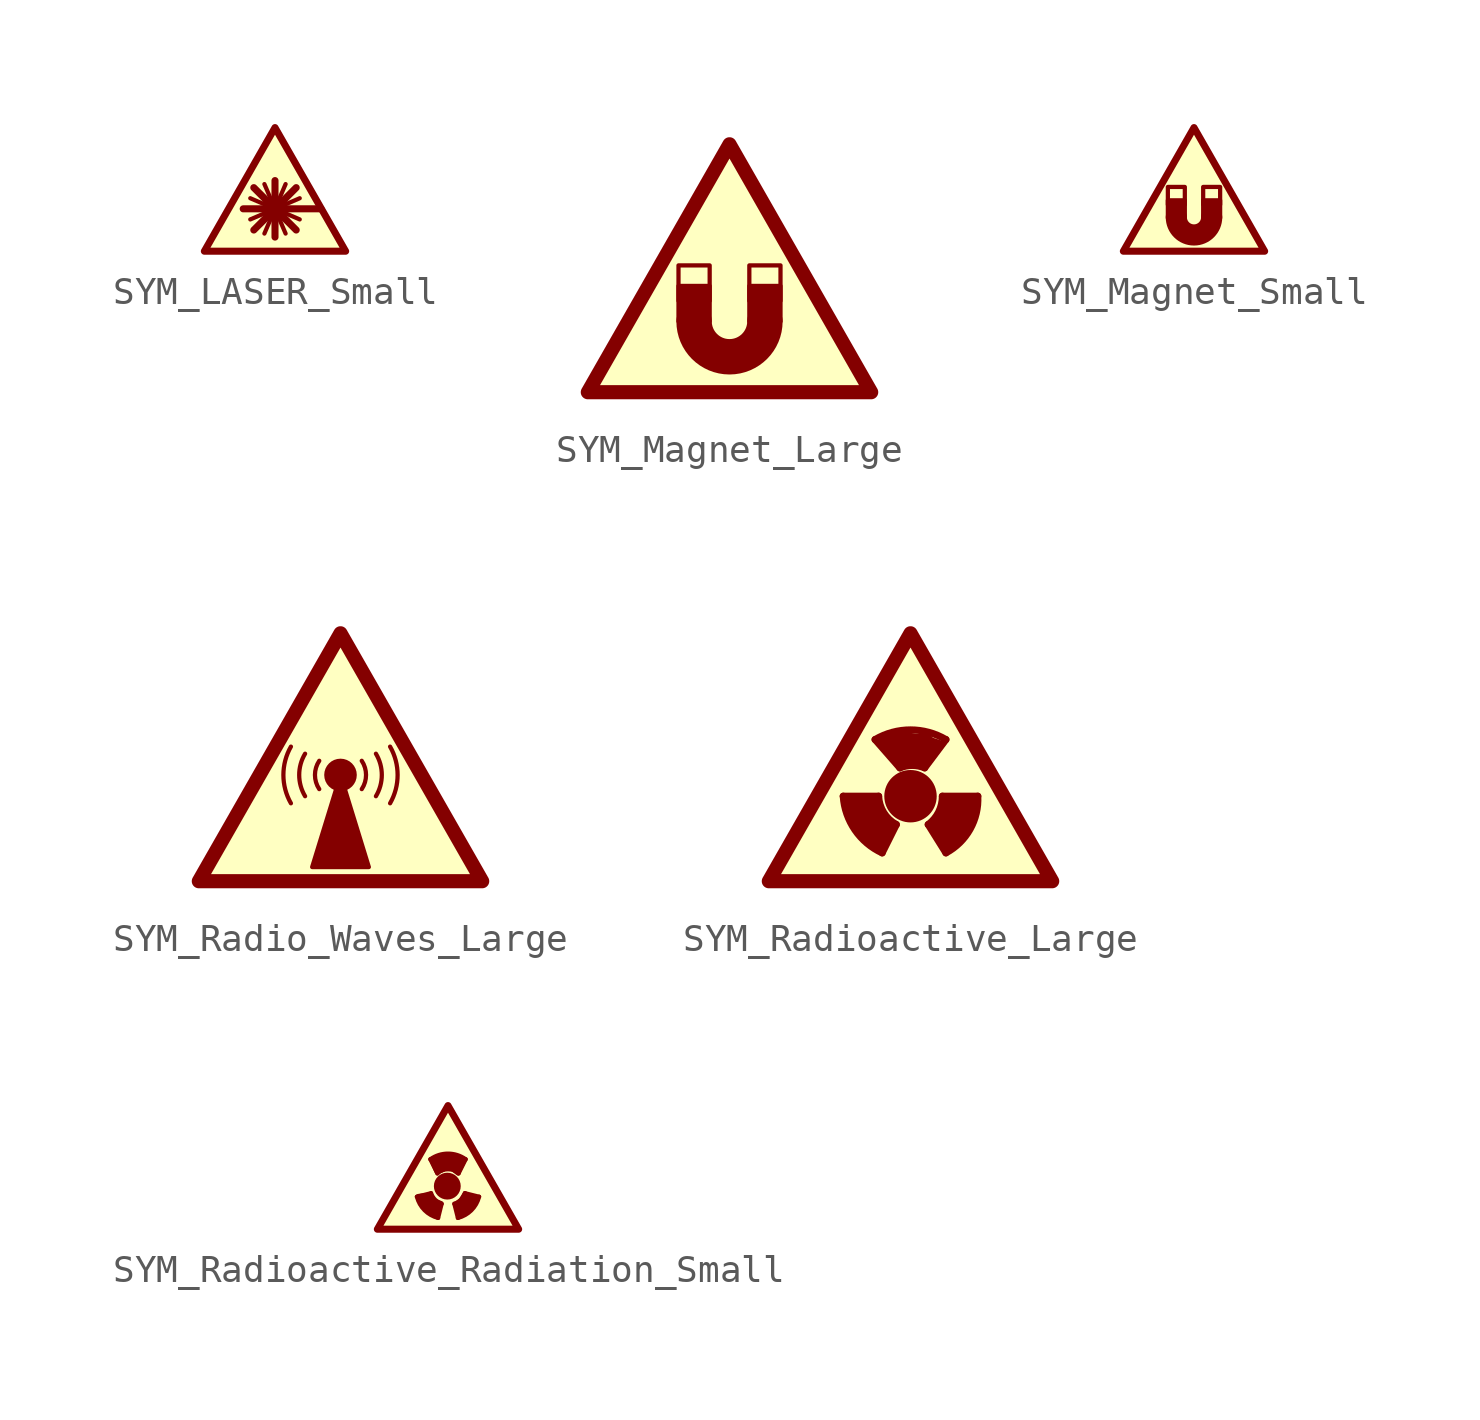
<source format=kicad_sym>
(kicad_symbol_lib
  (version 20231120)
  (generator "kicad_symbol_editor")
  (generator_version "8.0")
  (symbol "SYM_LASER_Small"
    (property "Reference" "#SYM"
      (at 0 3.556 0)
      (effects (font (size 1.27 1.27)) (hide yes)))
    (symbol "SYM_LASER_Small_0_1"
      (polyline (pts (xy -1.143 -0.381) (xy 1.651 -0.381)) (stroke (width 0.254) (type default)) (fill (type none)))
      (polyline (pts (xy -0.889 -0.762) (xy 0.889 0)) (stroke (width 0) (type default)) (fill (type none)))
      (polyline (pts (xy -0.889 0) (xy 0.889 -0.762)) (stroke (width 0) (type default)) (fill (type none)))
      (polyline (pts (xy -0.762 -1.143) (xy 0.762 0.381)) (stroke (width 0.254) (type default)) (fill (type none)))
      (polyline (pts (xy -0.381 0.508) (xy 0.381 -1.27)) (stroke (width 0) (type default)) (fill (type none)))
      (polyline (pts (xy 0 -1.397) (xy 0 0.635)) (stroke (width 0.254) (type default)) (fill (type none)))
      (polyline (pts (xy 0.381 0.508) (xy -0.381 -1.27)) (stroke (width 0) (type default)) (fill (type none)))
      (polyline (pts (xy 0.762 -1.143) (xy -0.762 0.381)) (stroke (width 0.254) (type default)) (fill (type none)))
      (polyline (pts (xy -2.54 -1.905) (xy 2.54 -1.905) (xy 0 2.54) (xy -2.54 -1.905)) (stroke (width 0.254) (type default)) (fill (type background)))))
  (symbol "SYM_Magnet_Large"
    (property "Reference" "#SYM"
      (at 0 5.08 0)
      (effects (font (size 1.27 1.27)) (hide yes)))
    (symbol "SYM_Magnet_Large_0_1"
      (rectangle (start -1.829 -1.27) (end -0.711 -2.54) (stroke (width 0) (type default)) (fill (type outline)))
      (rectangle (start -1.829 -0.533) (end -0.711 -1.803) (stroke (width 0) (type default)) (fill (type background)))
      (arc (start -1.27 -2.54) (mid 0 -3.8045) (end 1.27 -2.54) (stroke (width 1.27) (type default)) (fill (type none)))
      (polyline (pts (xy -5.08 -5.08) (xy 5.08 -5.08) (xy 0 3.81) (xy -5.08 -5.08)) (stroke (width 0.508) (type default)) (fill (type background)))
      (rectangle (start 0.711 -1.27) (end 1.829 -2.54) (stroke (width 0) (type default)) (fill (type outline)))
      (rectangle (start 0.711 -0.533) (end 1.829 -1.803) (stroke (width 0) (type default)) (fill (type background)))))
  (symbol "SYM_Magnet_Small"
    (property "Reference" "#SYM"
      (at 0 3.556 0)
      (effects (font (size 1.27 1.27)) (hide yes)))
    (symbol "SYM_Magnet_Small_0_1"
      (rectangle (start -0.94 -0.711) (end -0.33 -0.076) (stroke (width 0) (type default)) (fill (type outline)))
      (rectangle (start -0.94 -0.229) (end -0.33 0.406) (stroke (width 0) (type default)) (fill (type background)))
      (arc (start -0.635 -0.6858) (mid 0 -1.3181) (end 0.635 -0.6858) (stroke (width 0.762) (type default)) (fill (type none)))
      (polyline (pts (xy -2.54 -1.905) (xy 2.54 -1.905) (xy 0 2.54) (xy -2.54 -1.905)) (stroke (width 0.254) (type default)) (fill (type background)))
      (rectangle (start 0.33 -0.711) (end 0.94 -0.076) (stroke (width 0) (type default)) (fill (type outline)))
      (rectangle (start 0.33 -0.229) (end 0.94 0.406) (stroke (width 0) (type default)) (fill (type background)))))
  (symbol "SYM_Radio_Waves_Large"
    (property "Reference" "#SYM"
      (at 0 5.08 0)
      (effects (font (size 1.27 1.27)) (hide yes)))
    (symbol "SYM_Radio_Waves_Large_0_1"
      (arc (start -1.778 -0.254) (mid -2.0478 -1.27) (end -1.778 -2.286) (stroke (width 0) (type default)) (fill (type none)))
      (arc (start -1.27 -0.508) (mid -1.4811 -1.27) (end -1.27 -2.032) (stroke (width 0) (type default)) (fill (type none)))
      (arc (start -0.762 -0.762) (mid -0.9158 -1.27) (end -0.762 -1.778) (stroke (width 0) (type default)) (fill (type none)))
      (circle (center 0 -1.27) (radius 0.508) (stroke (width 0) (type default)) (fill (type outline)))
      (polyline (pts (xy -5.08 -5.08) (xy 5.08 -5.08) (xy 0 3.81) (xy -5.08 -5.08)) (stroke (width 0.508) (type default)) (fill (type background)))
      (polyline (pts (xy -1.016 -4.572) (xy 1.016 -4.572) (xy 0 -1.27) (xy -1.016 -4.572)) (stroke (width 0) (type default)) (fill (type outline)))
      (arc (start 0.762 -1.778) (mid 0.9158 -1.27) (end 0.762 -0.762) (stroke (width 0) (type default)) (fill (type none)))
      (arc (start 1.27 -2.032) (mid 1.4811 -1.27) (end 1.27 -0.508) (stroke (width 0) (type default)) (fill (type none)))
      (arc (start 1.778 -2.286) (mid 2.0478 -1.27) (end 1.778 -0.254) (stroke (width 0) (type default)) (fill (type none)))))
  (symbol "SYM_Radioactive_Large"
    (property "Reference" "#SYM"
      (at 2.413 7.112 0)
      (effects (font (size 1.27 1.27)) (hide yes)))
    (symbol "SYM_Radioactive_Large_0_0"
      (polyline (pts (xy 0 0) (xy 1.27 0)) (stroke (width 0.254) (type default)) (fill (type none)))
      (polyline (pts (xy 1.143 2.032) (xy 2.032 1.016)) (stroke (width 0.254) (type default)) (fill (type none)))
      (polyline (pts (xy 1.397 -2.032) (xy 1.905 -1.016)) (stroke (width 0.254) (type default)) (fill (type none)))
      (polyline (pts (xy 2.921 1.016) (xy 3.683 2.032)) (stroke (width 0.254) (type default)) (fill (type none)))
      (polyline (pts (xy 3.048 -1.016) (xy 3.683 -2.032)) (stroke (width 0.254) (type default)) (fill (type none)))
      (polyline (pts (xy 3.556 0) (xy 4.826 0)) (stroke (width 0.254) (type default)) (fill (type none)))
      (polyline (pts (xy 3.048 -1.016) (xy 3.683 -2.032) (xy 4.191 -1.651) (xy 4.572 -1.016) (xy 4.699 -0.381) (xy 4.826 0) (xy 3.556 0) (xy 3.556 -0.381) (xy 3.302 -0.762) (xy 3.048 -1.016)) (stroke (width 0) (type default)) (fill (type outline)))
      (polyline (pts (xy 0 0) (xy 1.27 0) (xy 1.27 -0.254) (xy 1.397 -0.508) (xy 1.651 -0.889) (xy 1.905 -1.016) (xy 1.397 -2.032) (xy 1.016 -1.778) (xy 0.635 -1.397) (xy 0.254 -0.889) (xy 0 0)) (stroke (width 0) (type default)) (fill (type outline)))
      (polyline (pts (xy 2.032 1.016) (xy 1.397 1.905) (xy 1.143 2.032) (xy 1.778 2.286) (xy 2.667 2.159) (xy 3.048 2.159) (xy 3.175 2.032) (xy 3.556 1.905) (xy 2.921 1.016) (xy 2.54 1.143) (xy 2.286 1.143) (xy 2.032 1.016)) (stroke (width 0) (type default)) (fill (type outline)))
      (arc (start 0 0) (mid 0.419 -1.2071) (end 1.397 -2.032) (stroke (width 0.254) (type default)) (fill (type none)))
      (arc (start 1.27 0) (mid 1.4524 -0.587) (end 1.905 -1.016) (stroke (width 0.254) (type default)) (fill (type none)))
      (circle (center 2.413 0) (radius 0.813) (stroke (width 0.254) (type default)) (fill (type outline)))
      (arc (start 2.921 1.016) (mid 2.4757 1.104) (end 2.032 1.016) (stroke (width 0.254) (type default)) (fill (type none)))
      (arc (start 3.048 -1.016) (mid 3.4219 -0.568) (end 3.556 0) (stroke (width 0.254) (type default)) (fill (type none)))
      (arc (start 3.683 -2.032) (mid 4.5507 -1.1815) (end 4.826 0) (stroke (width 0.254) (type default)) (fill (type none)))
      (arc (start 3.683 2.032) (mid 2.413 2.3778) (end 1.143 2.032) (stroke (width 0.254) (type default)) (fill (type none))))
    (symbol "SYM_Radioactive_Large_0_1"
      (polyline (pts (xy -2.667 -3.048) (xy 7.493 -3.048) (xy 2.413 5.842) (xy -2.667 -3.048)) (stroke (width 0.508) (type default)) (fill (type background)))))
  (symbol "SYM_Radioactive_Radiation_Small"
    (property "Reference" "#SYM"
      (at 0 3.556 0)
      (effects (font (size 1.27 1.27)) (hide yes)))
    (symbol "SYM_Radioactive_Radiation_Small_0_0"
      (arc (start -1.1176 -0.7366) (mid -0.8421 -1.2231) (end -0.3556 -1.4986) (stroke (width 0) (type default)) (fill (type none)))
      (arc (start -0.6096 -0.6096) (mid -0.4656 -0.8429) (end -0.2286 -0.9906) (stroke (width 0) (type default)) (fill (type none)))
      (circle (center -0.025 -0.356) (radius 0.356) (stroke (width 0.254) (type default)) (fill (type outline)))
      (polyline (pts (xy -1.118 -0.737) (xy -0.61 -0.61)) (stroke (width 0) (type default)) (fill (type none)))
      (polyline (pts (xy -0.635 0.61) (xy -0.381 0.102)) (stroke (width 0) (type default)) (fill (type none)))
      (polyline (pts (xy -0.356 -1.499) (xy -0.229 -0.991)) (stroke (width 0) (type default)) (fill (type none)))
      (polyline (pts (xy 0.356 -1.499) (xy 0.229 -0.991)) (stroke (width 0) (type default)) (fill (type none)))
      (polyline (pts (xy 0.635 0.61) (xy 0.381 0.102)) (stroke (width 0) (type default)) (fill (type none)))
      (polyline (pts (xy 1.118 -0.737) (xy 0.61 -0.61)) (stroke (width 0) (type default)) (fill (type none)))
      (polyline (pts (xy -0.61 -0.66) (xy -0.508 -0.864) (xy -0.254 -0.965) (xy -0.406 -1.473) (xy -0.762 -1.219) (xy -0.965 -1.016) (xy -1.067 -0.711) (xy -0.61 -0.66)) (stroke (width 0) (type default)) (fill (type outline)))
      (polyline (pts (xy 0.61 -0.61) (xy 0.457 -0.864) (xy 0.254 -1.016) (xy 0.406 -1.473) (xy 0.711 -1.27) (xy 0.914 -1.067) (xy 1.067 -0.762) (xy 0.61 -0.66)) (stroke (width 0) (type default)) (fill (type outline)))
      (polyline (pts (xy -0.356 0.152) (xy -0.102 0.254) (xy 0.152 0.254) (xy 0.356 0.102) (xy 0.61 0.61) (xy 0.356 0.711) (xy 0.102 0.762) (xy -0.152 0.762) (xy -0.457 0.66) (xy -0.61 0.61) (xy -0.406 0.152)) (stroke (width 0) (type default)) (fill (type outline)))
      (arc (start 0.2286 -0.9906) (mid 0.4619 -0.8466) (end 0.6096 -0.6096) (stroke (width 0) (type default)) (fill (type none)))
      (arc (start 0.3556 -1.4986) (mid 0.8421 -1.2231) (end 1.1176 -0.7366) (stroke (width 0) (type default)) (fill (type none)))
      (arc (start 0.381 0.1016) (mid 0 0.2594) (end -0.381 0.1016) (stroke (width 0) (type default)) (fill (type none)))
      (arc (start 0.635 0.6096) (mid 0 0.8131) (end -0.635 0.6096) (stroke (width 0) (type default)) (fill (type none))))
    (symbol "SYM_Radioactive_Radiation_Small_0_1"
      (polyline (pts (xy -2.54 -1.905) (xy 2.54 -1.905) (xy 0 2.54) (xy -2.54 -1.905)) (stroke (width 0.254) (type default)) (fill (type background))))))
</source>
